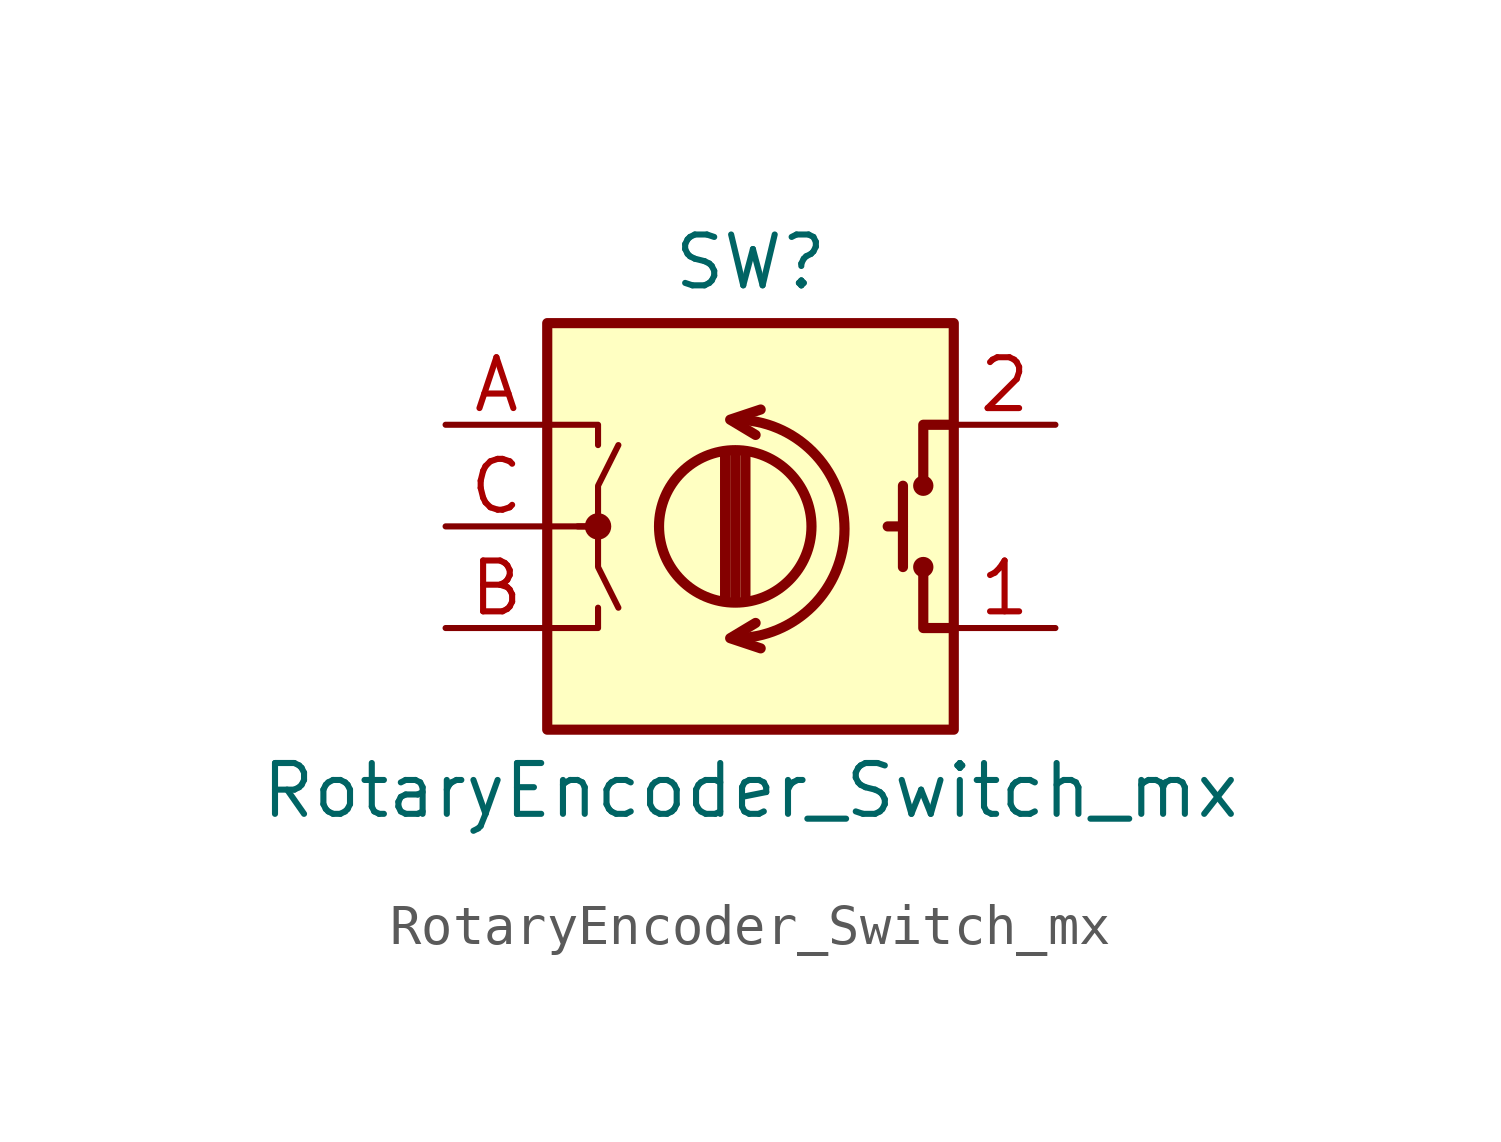
<source format=kicad_sym>
(kicad_symbol_lib
  (version 20211014)
  (generator kicad_symbol_editor)
  (symbol "RotaryEncoder_Switch_mx"
    (pin_names
      (offset 0.254) hide)
    (property "Reference" "SW"
      (at 0 6.604 0)
      (effects (font (size 1.27 1.27))))
    (property "Value" "RotaryEncoder_Switch_mx"
      (at 0 -6.604 0)
      (effects (font (size 1.27 1.27))))
    (symbol "RotaryEncoder_Switch_mx_0_1"
      (rectangle (start -5.08 5.08) (end 5.08 -5.08) (stroke (width 0.254) (type default) (color 0 0 0 0)) (fill (type background)))
      (circle (center -3.81 0) (radius 0.254) (stroke (width 0) (type default) (color 0 0 0 0)) (fill (type outline)))
      (arc (start -0.381 -2.794) (mid 2.3622 -0.0508) (end -0.381 2.667) (stroke (width 0.254) (type default) (color 0 0 0 0)) (fill (type none)))
      (circle (center -0.381 0) (radius 1.905) (stroke (width 0.254) (type default) (color 0 0 0 0)) (fill (type none)))
      (polyline (pts (xy -0.635 -1.778) (xy -0.635 1.778)) (stroke (width 0.254) (type default) (color 0 0 0 0)) (fill (type none)))
      (polyline (pts (xy -0.381 -1.778) (xy -0.381 1.778)) (stroke (width 0.254) (type default) (color 0 0 0 0)) (fill (type none)))
      (polyline (pts (xy -0.127 1.778) (xy -0.127 -1.778)) (stroke (width 0.254) (type default) (color 0 0 0 0)) (fill (type none)))
      (polyline (pts (xy 3.81 0) (xy 3.429 0)) (stroke (width 0.254) (type default) (color 0 0 0 0)) (fill (type none)))
      (polyline (pts (xy 3.81 1.016) (xy 3.81 -1.016)) (stroke (width 0.254) (type default) (color 0 0 0 0)) (fill (type none)))
      (polyline (pts (xy -5.08 -2.54) (xy -3.81 -2.54) (xy -3.81 -2.032)) (stroke (width 0) (type default) (color 0 0 0 0)) (fill (type none)))
      (polyline (pts (xy -5.08 2.54) (xy -3.81 2.54) (xy -3.81 2.032)) (stroke (width 0) (type default) (color 0 0 0 0)) (fill (type none)))
      (polyline (pts (xy 0.254 -3.048) (xy -0.508 -2.794) (xy 0.127 -2.413)) (stroke (width 0.254) (type default) (color 0 0 0 0)) (fill (type none)))
      (polyline (pts (xy 0.254 2.921) (xy -0.508 2.667) (xy 0.127 2.286)) (stroke (width 0.254) (type default) (color 0 0 0 0)) (fill (type none)))
      (polyline (pts (xy 5.08 -2.54) (xy 4.318 -2.54) (xy 4.318 -1.016)) (stroke (width 0.254) (type default) (color 0 0 0 0)) (fill (type none)))
      (polyline (pts (xy 5.08 2.54) (xy 4.318 2.54) (xy 4.318 1.016)) (stroke (width 0.254) (type default) (color 0 0 0 0)) (fill (type none)))
      (polyline (pts (xy -5.08 0) (xy -3.81 0) (xy -3.81 -1.016) (xy -3.302 -2.032)) (stroke (width 0) (type default) (color 0 0 0 0)) (fill (type none)))
      (polyline (pts (xy -4.318 0) (xy -3.81 0) (xy -3.81 1.016) (xy -3.302 2.032)) (stroke (width 0) (type default) (color 0 0 0 0)) (fill (type none)))
      (circle (center 4.318 -1.016) (radius 0.127) (stroke (width 0.254) (type default) (color 0 0 0 0)) (fill (type none)))
      (circle (center 4.318 1.016) (radius 0.127) (stroke (width 0.254) (type default) (color 0 0 0 0)) (fill (type none))))
    (symbol "RotaryEncoder_Switch_mx_1_1"
      (pin passive line (at 7.62 -2.54 180) (length 2.54) (name "1" (effects (font (size 1.27 1.27)))) (number "1" (effects (font (size 1.27 1.27)))))
      (pin passive line (at 7.62 2.54 180) (length 2.54) (name "2" (effects (font (size 1.27 1.27)))) (number "2" (effects (font (size 1.27 1.27)))))
      (pin passive line (at -7.62 2.54 0) (length 2.54) (name "A" (effects (font (size 1.27 1.27)))) (number "A" (effects (font (size 1.27 1.27)))))
      (pin passive line (at -7.62 -2.54 0) (length 2.54) (name "B" (effects (font (size 1.27 1.27)))) (number "B" (effects (font (size 1.27 1.27)))))
      (pin passive line (at -7.62 0 0) (length 2.54) (name "C" (effects (font (size 1.27 1.27)))) (number "C" (effects (font (size 1.27 1.27))))))))
</source>
